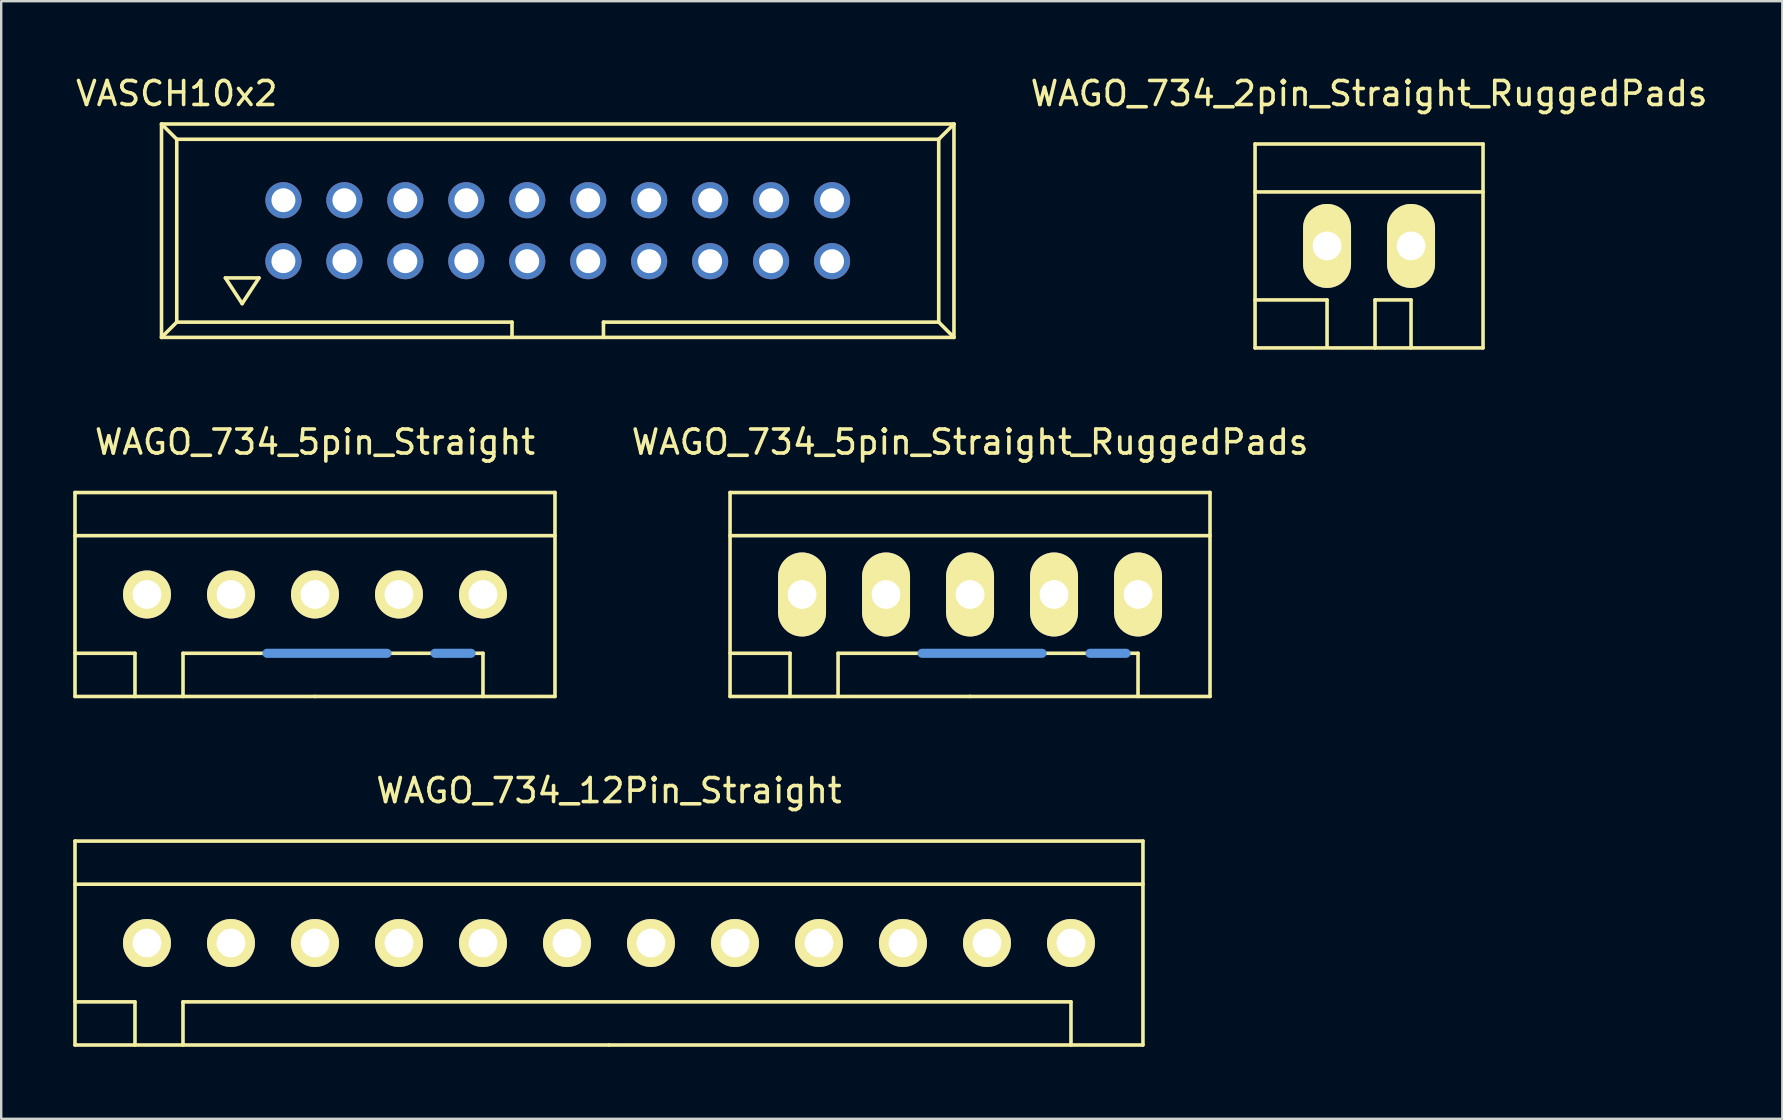
<source format=kicad_pcb>
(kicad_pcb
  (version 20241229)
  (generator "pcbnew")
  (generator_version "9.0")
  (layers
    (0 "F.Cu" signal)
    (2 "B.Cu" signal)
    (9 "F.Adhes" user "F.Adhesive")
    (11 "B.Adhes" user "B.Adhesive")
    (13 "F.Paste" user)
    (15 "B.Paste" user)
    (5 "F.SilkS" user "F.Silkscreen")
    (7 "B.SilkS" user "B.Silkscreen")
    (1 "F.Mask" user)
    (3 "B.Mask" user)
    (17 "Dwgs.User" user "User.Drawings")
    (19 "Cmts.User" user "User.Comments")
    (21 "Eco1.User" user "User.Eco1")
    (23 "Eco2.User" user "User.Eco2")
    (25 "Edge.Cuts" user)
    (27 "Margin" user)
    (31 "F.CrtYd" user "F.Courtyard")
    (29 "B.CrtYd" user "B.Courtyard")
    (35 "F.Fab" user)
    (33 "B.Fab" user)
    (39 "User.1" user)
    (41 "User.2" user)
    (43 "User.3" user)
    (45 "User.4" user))
  (footprint "VASCH10x2"
    (layer "F.Cu")
    (at 20.19 6.563)
    (property "Reference" "VASCH10x2" (at -15.875 -5.715 0) (layer "F.SilkS") (effects (font (size 1 1) (thickness 0.15))))
    (attr exclude_from_pos_files exclude_from_bom)
    (fp_line (start -16.51 -4.445) (end -16.51 4.445) (stroke (width 0.15) (type solid)) (layer "F.SilkS"))
    (fp_line (start -16.51 -4.445) (end -15.875 -3.81) (stroke (width 0.15) (type solid)) (layer "F.SilkS"))
    (fp_line (start -16.51 4.445) (end 16.51 4.445) (stroke (width 0.15) (type solid)) (layer "F.SilkS"))
    (fp_line (start -15.875 -3.81) (end -15.875 3.81) (stroke (width 0.15) (type solid)) (layer "F.SilkS"))
    (fp_line (start -15.875 -3.81) (end 15.875 -3.81) (stroke (width 0.15) (type solid)) (layer "F.SilkS"))
    (fp_line (start -15.875 3.81) (end -16.51 4.445) (stroke (width 0.15) (type solid)) (layer "F.SilkS"))
    (fp_line (start -15.875 3.81) (end -1.905 3.81) (stroke (width 0.15) (type solid)) (layer "F.SilkS"))
    (fp_line (start -13.848 1.968) (end -13.15 3.038) (stroke (width 0.15) (type solid)) (layer "F.SilkS"))
    (fp_line (start -13.15 3.038) (end -12.449 1.968) (stroke (width 0.15) (type solid)) (layer "F.SilkS"))
    (fp_line (start -12.449 1.968) (end -13.848 1.968) (stroke (width 0.15) (type solid)) (layer "F.SilkS"))
    (fp_line (start -1.905 3.81) (end -1.905 4.445) (stroke (width 0.15) (type solid)) (layer "F.SilkS"))
    (fp_line (start 1.905 3.81) (end 1.905 4.445) (stroke (width 0.15) (type solid)) (layer "F.SilkS"))
    (fp_line (start 15.875 -3.81) (end 15.875 3.81) (stroke (width 0.15) (type solid)) (layer "F.SilkS"))
    (fp_line (start 15.875 -3.81) (end 16.51 -4.445) (stroke (width 0.15) (type solid)) (layer "F.SilkS"))
    (fp_line (start 15.875 3.81) (end 1.905 3.81) (stroke (width 0.15) (type solid)) (layer "F.SilkS"))
    (fp_line (start 15.875 3.81) (end 16.51 4.445) (stroke (width 0.15) (type solid)) (layer "F.SilkS"))
    (fp_line (start 16.51 -4.445) (end -16.51 -4.445) (stroke (width 0.15) (type solid)) (layer "F.SilkS"))
    (fp_line (start 16.51 -4.445) (end 16.51 4.445) (stroke (width 0.15) (type solid)) (layer "F.SilkS"))
    (pad "1" thru_hole circle (at -11.43 1.27) (size 1.506 1.506) (drill 0.998) (layers "*.Cu" "*.Mask"))
    (pad "2" thru_hole circle (at -11.43 -1.27) (size 1.506 1.506) (drill 0.998) (layers "*.Cu" "*.Mask"))
    (pad "3" thru_hole circle (at -8.89 1.27) (size 1.506 1.506) (drill 0.998) (layers "*.Cu" "*.Mask"))
    (pad "4" thru_hole circle (at -8.89 -1.27) (size 1.506 1.506) (drill 0.998) (layers "*.Cu" "*.Mask"))
    (pad "5" thru_hole circle (at -6.35 1.27) (size 1.506 1.506) (drill 0.998) (layers "*.Cu" "*.Mask"))
    (pad "6" thru_hole circle (at -6.35 -1.27) (size 1.506 1.506) (drill 0.998) (layers "*.Cu" "*.Mask"))
    (pad "7" thru_hole circle (at -3.81 1.27) (size 1.506 1.506) (drill 0.998) (layers "*.Cu" "*.Mask"))
    (pad "8" thru_hole circle (at -3.81 -1.27) (size 1.506 1.506) (drill 0.998) (layers "*.Cu" "*.Mask"))
    (pad "9" thru_hole circle (at -1.27 1.27) (size 1.506 1.506) (drill 0.998) (layers "*.Cu" "*.Mask"))
    (pad "10" thru_hole circle (at -1.27 -1.27) (size 1.506 1.506) (drill 0.998) (layers "*.Cu" "*.Mask"))
    (pad "11" thru_hole circle (at 1.27 1.27) (size 1.506 1.506) (drill 0.998) (layers "*.Cu" "*.Mask"))
    (pad "12" thru_hole circle (at 1.27 -1.27) (size 1.506 1.506) (drill 0.998) (layers "*.Cu" "*.Mask"))
    (pad "13" thru_hole circle (at 3.81 1.27) (size 1.506 1.506) (drill 0.998) (layers "*.Cu" "*.Mask"))
    (pad "14" thru_hole circle (at 3.81 -1.27) (size 1.506 1.506) (drill 0.998) (layers "*.Cu" "*.Mask"))
    (pad "15" thru_hole circle (at 6.35 1.27) (size 1.506 1.506) (drill 0.998) (layers "*.Cu" "*.Mask"))
    (pad "16" thru_hole circle (at 6.35 -1.27) (size 1.506 1.506) (drill 0.998) (layers "*.Cu" "*.Mask"))
    (pad "17" thru_hole circle (at 8.89 1.27) (size 1.506 1.506) (drill 0.998) (layers "*.Cu" "*.Mask"))
    (pad "18" thru_hole circle (at 8.89 -1.27) (size 1.506 1.506) (drill 0.998) (layers "*.Cu" "*.Mask"))
    (pad "19" thru_hole circle (at 11.43 1.27) (size 1.506 1.506) (drill 0.998) (layers "*.Cu" "*.Mask"))
    (pad "20" thru_hole circle (at 11.43 -1.27) (size 1.506 1.506) (drill 0.998) (layers "*.Cu" "*.Mask")))
  (footprint "WAGO_734_5pin_Straight_RuggedPads"
    (layer "F.Cu")
    (at 37.37 21.721)
    (property "Reference" "WAGO_734_5pin_Straight_RuggedPads" (at 0 -6.35 0) (layer "F.SilkS") (effects (font (size 1 1) (thickness 0.15))))
    (attr through_hole)
    (fp_line (start -10 -4.249) (end -10 4.249) (stroke (width 0.15) (type solid)) (layer "F.SilkS"))
    (fp_line (start -10 -2.451) (end 10 -2.451) (stroke (width 0.15) (type solid)) (layer "F.SilkS"))
    (fp_line (start -10 2.451) (end -7.501 2.451) (stroke (width 0.15) (type solid)) (layer "F.SilkS"))
    (fp_line (start -10 4.249) (end 0 4.249) (stroke (width 0.15) (type solid)) (layer "F.SilkS"))
    (fp_line (start -7.501 2.451) (end -7.501 4.249) (stroke (width 0.15) (type solid)) (layer "F.SilkS"))
    (fp_line (start -5.499 4.249) (end -5.499 2.451) (stroke (width 0.15) (type solid)) (layer "F.SilkS"))
    (fp_line (start 0 4.249) (end 10 4.249) (stroke (width 0.15) (type solid)) (layer "F.SilkS"))
    (fp_line (start 7 2.451) (end -5.499 2.451) (stroke (width 0.15) (type solid)) (layer "F.SilkS"))
    (fp_line (start 7 4.249) (end 7 2.451) (stroke (width 0.15) (type solid)) (layer "F.SilkS"))
    (fp_line (start 10 -4.249) (end -10 -4.249) (stroke (width 0.15) (type solid)) (layer "F.SilkS"))
    (fp_line (start 10 4.249) (end 10 -4.249) (stroke (width 0.15) (type solid)) (layer "F.SilkS"))
    (fp_line (start -1.999 2.451) (end 3 2.451) (stroke (width 0.381) (type solid)) (layer "Cmts.User"))
    (fp_line (start 5.001 2.451) (end 6.5 2.451) (stroke (width 0.381) (type solid)) (layer "Cmts.User"))
    (pad "1" thru_hole oval (at -7 0) (size 1.999 3.5) (drill 1.199) (layers "*.Cu" "*.Mask" "F.SilkS"))
    (pad "2" thru_hole oval (at -3.5 0) (size 1.999 3.5) (drill 1.199) (layers "*.Cu" "*.Mask" "F.SilkS"))
    (pad "3" thru_hole oval (at 0 0) (size 1.999 3.5) (drill 1.199) (layers "*.Cu" "*.Mask" "F.SilkS"))
    (pad "4" thru_hole oval (at 3.5 0) (size 1.999 3.5) (drill 1.199) (layers "*.Cu" "*.Mask" "F.SilkS"))
    (pad "5" thru_hole oval (at 7 0) (size 1.999 3.5) (drill 1.199) (layers "*.Cu" "*.Mask" "F.SilkS")))
  (footprint "WAGO_734_5pin_Straight"
    (layer "F.Cu")
    (at 10.075 21.721)
    (property "Reference" "WAGO_734_5pin_Straight" (at 0 -6.35 0) (layer "F.SilkS") (effects (font (size 1 1) (thickness 0.15))))
    (attr through_hole)
    (fp_line (start -10 -4.249) (end -10 4.249) (stroke (width 0.15) (type solid)) (layer "F.SilkS"))
    (fp_line (start -10 -2.451) (end 10 -2.451) (stroke (width 0.15) (type solid)) (layer "F.SilkS"))
    (fp_line (start -10 2.451) (end -7.501 2.451) (stroke (width 0.15) (type solid)) (layer "F.SilkS"))
    (fp_line (start -10 4.249) (end 0 4.249) (stroke (width 0.15) (type solid)) (layer "F.SilkS"))
    (fp_line (start -7.501 2.451) (end -7.501 4.249) (stroke (width 0.15) (type solid)) (layer "F.SilkS"))
    (fp_line (start -5.499 4.249) (end -5.499 2.451) (stroke (width 0.15) (type solid)) (layer "F.SilkS"))
    (fp_line (start 0 4.249) (end 10 4.249) (stroke (width 0.15) (type solid)) (layer "F.SilkS"))
    (fp_line (start 7 2.451) (end -5.499 2.451) (stroke (width 0.15) (type solid)) (layer "F.SilkS"))
    (fp_line (start 7 4.249) (end 7 2.451) (stroke (width 0.15) (type solid)) (layer "F.SilkS"))
    (fp_line (start 10 -4.249) (end -10 -4.249) (stroke (width 0.15) (type solid)) (layer "F.SilkS"))
    (fp_line (start 10 4.249) (end 10 -4.249) (stroke (width 0.15) (type solid)) (layer "F.SilkS"))
    (fp_line (start -1.999 2.451) (end 3 2.451) (stroke (width 0.381) (type solid)) (layer "Cmts.User"))
    (fp_line (start 5.001 2.451) (end 6.5 2.451) (stroke (width 0.381) (type solid)) (layer "Cmts.User"))
    (pad "1" thru_hole circle (at -7 0) (size 1.999 1.999) (drill 1.199) (layers "*.Cu" "*.Mask" "F.SilkS"))
    (pad "2" thru_hole circle (at -3.5 0) (size 1.999 1.999) (drill 1.199) (layers "*.Cu" "*.Mask" "F.SilkS"))
    (pad "3" thru_hole circle (at 0 0) (size 1.999 1.999) (drill 1.199) (layers "*.Cu" "*.Mask" "F.SilkS"))
    (pad "4" thru_hole circle (at 3.5 0) (size 1.999 1.999) (drill 1.199) (layers "*.Cu" "*.Mask" "F.SilkS"))
    (pad "5" thru_hole circle (at 7 0) (size 1.999 1.999) (drill 1.199) (layers "*.Cu" "*.Mask" "F.SilkS")))
  (footprint "WAGO_734_2pin_Straight_RuggedPads"
    (layer "F.Cu")
    (at 53.996 7.198)
    (property "Reference" "WAGO_734_2pin_Straight_RuggedPads" (at 0 -6.35 0) (layer "F.SilkS") (effects (font (size 1 1) (thickness 0.15))))
    (attr through_hole)
    (fp_line (start -4.75 -4.249) (end -4.75 4.249) (stroke (width 0.15) (type solid)) (layer "F.SilkS"))
    (fp_line (start -4.75 -2.25) (end 4.75 -2.25) (stroke (width 0.15) (type solid)) (layer "F.SilkS"))
    (fp_line (start -4.75 2.25) (end -1.75 2.25) (stroke (width 0.15) (type solid)) (layer "F.SilkS"))
    (fp_line (start -4.75 4.249) (end 4.75 4.249) (stroke (width 0.15) (type solid)) (layer "F.SilkS"))
    (fp_line (start -1.75 2.25) (end -1.75 4.201) (stroke (width 0.15) (type solid)) (layer "F.SilkS"))
    (fp_line (start 0.249 2.25) (end 1.75 2.25) (stroke (width 0.15) (type solid)) (layer "F.SilkS"))
    (fp_line (start 0.249 4.249) (end 0.249 2.25) (stroke (width 0.15) (type solid)) (layer "F.SilkS"))
    (fp_line (start 1.75 2.25) (end 1.75 4.249) (stroke (width 0.15) (type solid)) (layer "F.SilkS"))
    (fp_line (start 4.75 -4.249) (end -4.75 -4.249) (stroke (width 0.15) (type solid)) (layer "F.SilkS"))
    (fp_line (start 4.75 4.249) (end 4.75 -4.249) (stroke (width 0.15) (type solid)) (layer "F.SilkS"))
    (pad "1" thru_hole oval (at -1.75 0) (size 1.999 3.5) (drill 1.199) (layers "*.Cu" "*.Mask" "F.SilkS"))
    (pad "2" thru_hole oval (at 1.75 0) (size 1.999 3.5) (drill 1.199) (layers "*.Cu" "*.Mask" "F.SilkS")))
  (footprint "WAGO_734_12Pin_Straight"
    (layer "F.Cu")
    (at 22.325 36.244)
    (property "Reference" "WAGO_734_12Pin_Straight" (at 0 -6.35 0) (layer "F.SilkS") (effects (font (size 1 1) (thickness 0.15))))
    (attr through_hole)
    (fp_line (start -22.25 -4.249) (end -22.25 4.249) (stroke (width 0.15) (type solid)) (layer "F.SilkS"))
    (fp_line (start -22.25 -2.451) (end 22.25 -2.451) (stroke (width 0.15) (type solid)) (layer "F.SilkS"))
    (fp_line (start -22.25 2.451) (end -19.751 2.451) (stroke (width 0.15) (type solid)) (layer "F.SilkS"))
    (fp_line (start -22.25 4.249) (end 0 4.249) (stroke (width 0.15) (type solid)) (layer "F.SilkS"))
    (fp_line (start -19.751 2.451) (end -19.751 4.249) (stroke (width 0.15) (type solid)) (layer "F.SilkS"))
    (fp_line (start -17.75 4.249) (end -17.75 2.451) (stroke (width 0.15) (type solid)) (layer "F.SilkS"))
    (fp_line (start 0 4.249) (end 22.25 4.249) (stroke (width 0.15) (type solid)) (layer "F.SilkS"))
    (fp_line (start 19.251 2.451) (end -17.75 2.451) (stroke (width 0.15) (type solid)) (layer "F.SilkS"))
    (fp_line (start 19.251 4.249) (end 19.251 2.451) (stroke (width 0.15) (type solid)) (layer "F.SilkS"))
    (fp_line (start 22.25 -4.249) (end -22.25 -4.249) (stroke (width 0.15) (type solid)) (layer "F.SilkS"))
    (fp_line (start 22.25 4.249) (end 22.25 -4.249) (stroke (width 0.15) (type solid)) (layer "F.SilkS"))
    (pad "1" thru_hole circle (at -19.251 0) (size 1.999 1.999) (drill 1.199) (layers "*.Cu" "*.Mask" "F.SilkS"))
    (pad "2" thru_hole circle (at -15.751 0) (size 1.999 1.999) (drill 1.199) (layers "*.Cu" "*.Mask" "F.SilkS"))
    (pad "3" thru_hole circle (at -12.25 0) (size 1.999 1.999) (drill 1.199) (layers "*.Cu" "*.Mask" "F.SilkS"))
    (pad "4" thru_hole circle (at -8.75 0) (size 1.999 1.999) (drill 1.199) (layers "*.Cu" "*.Mask" "F.SilkS"))
    (pad "5" thru_hole circle (at -5.25 0) (size 1.999 1.999) (drill 1.199) (layers "*.Cu" "*.Mask" "F.SilkS"))
    (pad "6" thru_hole circle (at -1.75 0) (size 1.999 1.999) (drill 1.199) (layers "*.Cu" "*.Mask" "F.SilkS"))
    (pad "7" thru_hole circle (at 1.75 0) (size 1.999 1.999) (drill 1.199) (layers "*.Cu" "*.Mask" "F.SilkS"))
    (pad "8" thru_hole circle (at 5.25 0) (size 1.999 1.999) (drill 1.199) (layers "*.Cu" "*.Mask" "F.SilkS"))
    (pad "9" thru_hole circle (at 8.75 0) (size 1.999 1.999) (drill 1.199) (layers "*.Cu" "*.Mask" "F.SilkS"))
    (pad "10" thru_hole circle (at 12.25 0) (size 1.999 1.999) (drill 1.199) (layers "*.Cu" "*.Mask" "F.SilkS"))
    (pad "11" thru_hole circle (at 15.751 0) (size 1.999 1.999) (drill 1.199) (layers "*.Cu" "*.Mask" "F.SilkS"))
    (pad "12" thru_hole circle (at 19.251 0) (size 1.999 1.999) (drill 1.199) (layers "*.Cu" "*.Mask" "F.SilkS")))
  (gr_rect
    (start -3 -3)
    (end 71.216 43.568)
    (stroke (width 0.1) (type default))
    (fill no)
    (layer "Edge.Cuts")))
</source>
